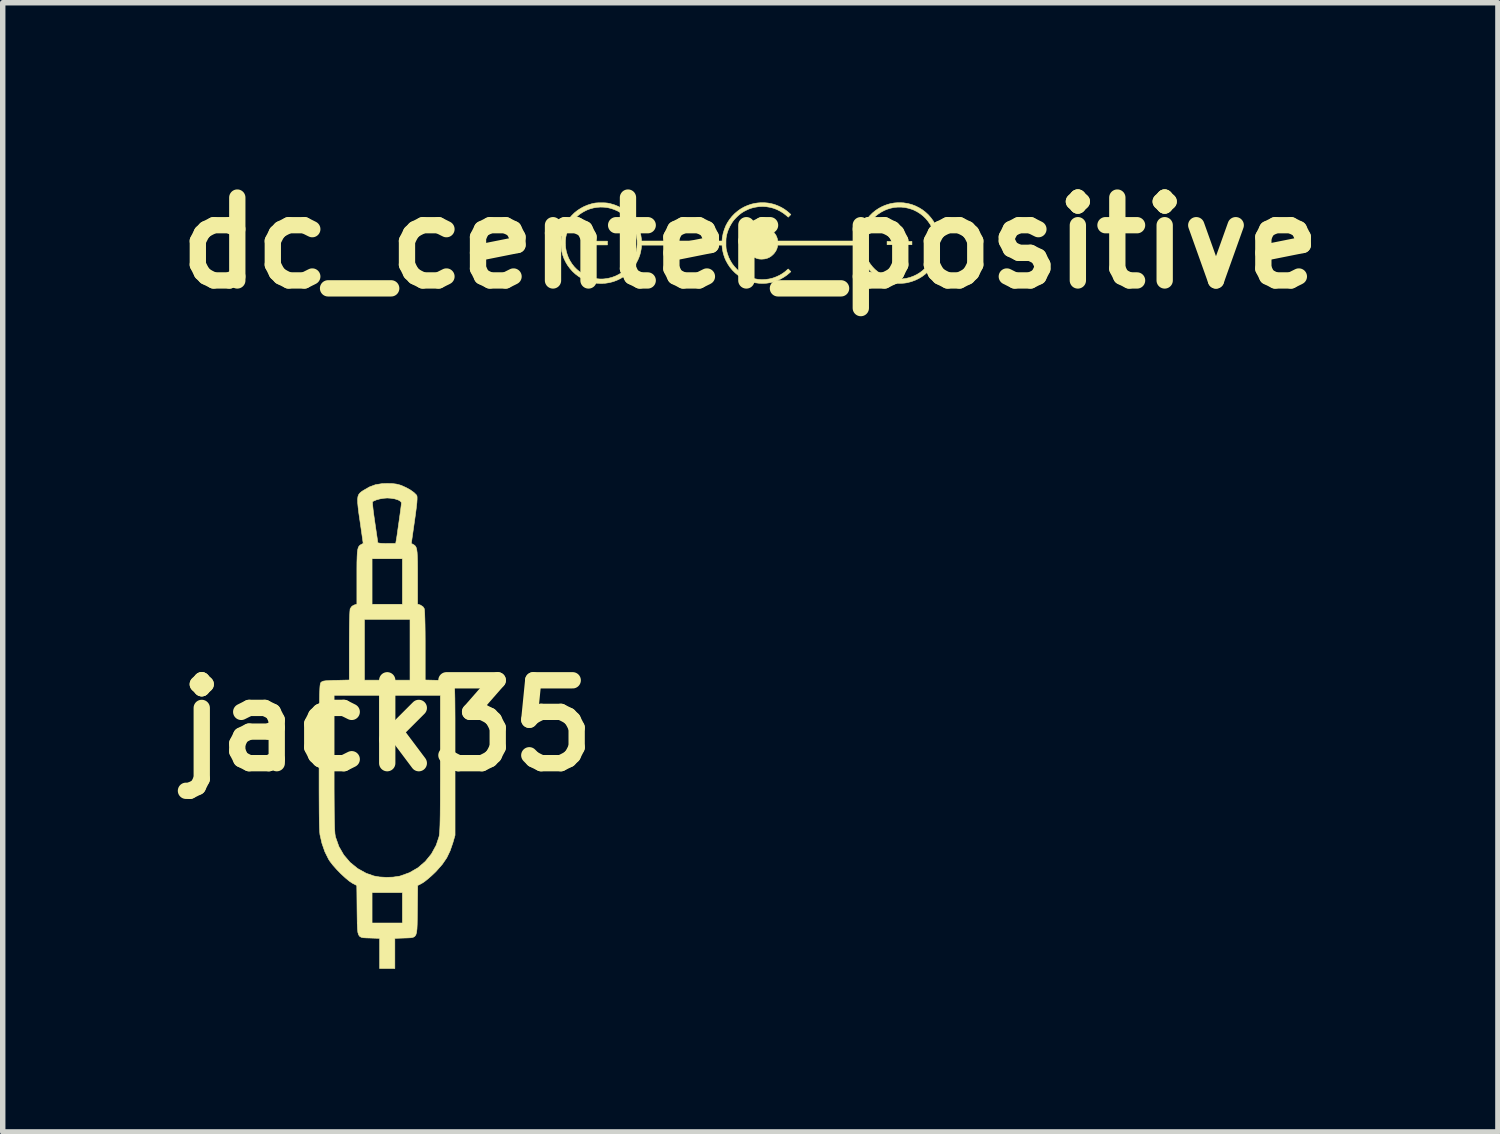
<source format=kicad_pcb>
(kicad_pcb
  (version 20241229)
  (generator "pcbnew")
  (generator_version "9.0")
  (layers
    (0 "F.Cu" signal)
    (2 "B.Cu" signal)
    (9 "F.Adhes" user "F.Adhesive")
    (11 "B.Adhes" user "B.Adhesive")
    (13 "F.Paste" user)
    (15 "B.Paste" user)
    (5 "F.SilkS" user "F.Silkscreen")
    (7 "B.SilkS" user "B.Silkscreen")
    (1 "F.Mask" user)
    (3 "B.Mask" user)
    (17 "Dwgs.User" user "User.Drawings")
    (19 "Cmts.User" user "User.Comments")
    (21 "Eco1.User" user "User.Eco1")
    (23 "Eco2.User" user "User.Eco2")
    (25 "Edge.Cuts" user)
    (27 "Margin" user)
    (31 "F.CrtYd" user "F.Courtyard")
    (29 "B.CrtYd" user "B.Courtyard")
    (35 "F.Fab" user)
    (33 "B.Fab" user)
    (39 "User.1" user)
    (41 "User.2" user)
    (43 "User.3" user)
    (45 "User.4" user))
  (footprint "dc_center_positive"
    (layer "F.Cu")
    (at 10.748 1.418)
    (property "Reference" "dc_center_positive" (at 0 0 0) (layer "F.SilkS") (effects (font (size 1.524 1.524) (thickness 0.3))))
    (attr through_hole)
    (fp_poly (pts (xy -2.627 0.036) (xy -2.856 0.036) (xy -2.856 -0.033) (xy -2.627 -0.033) (xy -2.627 0.036)) (stroke (width 0.01) (type solid)) (fill yes) (layer "F.SilkS"))
    (fp_poly (pts (xy 2.772 -0.029) (xy 2.972 -0.029) (xy 2.972 0.033) (xy 2.772 0.033) (xy 2.772 0.229) (xy 2.711 0.229) (xy 2.711 0.033) (xy 2.515 0.033) (xy 2.515 -0.029) (xy 2.711 -0.029) (xy 2.711 -0.225) (xy 2.772 -0.225) (xy 2.772 -0.029)) (stroke (width 0.01) (type solid)) (fill yes) (layer "F.SilkS"))
    (fp_poly (pts (xy 2.788 -0.739) (xy 2.815 -0.738) (xy 2.83 -0.736) (xy 2.903 -0.724) (xy 2.973 -0.705) (xy 3.04 -0.679) (xy 3.104 -0.647) (xy 3.164 -0.61) (xy 3.221 -0.566) (xy 3.273 -0.518) (xy 3.32 -0.464) (xy 3.363 -0.406) (xy 3.4 -0.343) (xy 3.409 -0.325) (xy 3.436 -0.263) (xy 3.457 -0.202) (xy 3.471 -0.139) (xy 3.48 -0.074) (xy 3.483 -0.005) (xy 3.483 0.003) (xy 3.48 0.076) (xy 3.47 0.148) (xy 3.452 0.218) (xy 3.428 0.286) (xy 3.397 0.351) (xy 3.361 0.411) (xy 3.317 0.471) (xy 3.268 0.526) (xy 3.214 0.575) (xy 3.157 0.618) (xy 3.095 0.655) (xy 3.029 0.686) (xy 2.96 0.711) (xy 2.887 0.73) (xy 2.87 0.733) (xy 2.85 0.736) (xy 2.825 0.739) (xy 2.796 0.741) (xy 2.766 0.742) (xy 2.735 0.743) (xy 2.706 0.742) (xy 2.681 0.742) (xy 2.66 0.74) (xy 2.66 0.74) (xy 2.586 0.727) (xy 2.515 0.708) (xy 2.447 0.682) (xy 2.383 0.65) (xy 2.321 0.612) (xy 2.264 0.568) (xy 2.211 0.519) (xy 2.163 0.464) (xy 2.124 0.412) (xy 2.108 0.385) (xy 2.091 0.355) (xy 2.074 0.322) (xy 2.059 0.29) (xy 2.047 0.26) (xy 2.043 0.249) (xy 2.034 0.22) (xy 2.025 0.188) (xy 2.017 0.156) (xy 2.011 0.124) (xy 2.006 0.094) (xy 2.004 0.069) (xy 2.003 0.055) (xy 2.003 0.04) (xy 0.506 0.04) (xy 0.501 0.062) (xy 0.489 0.105) (xy 0.47 0.146) (xy 0.444 0.184) (xy 0.421 0.21) (xy 0.386 0.241) (xy 0.349 0.265) (xy 0.309 0.282) (xy 0.266 0.293) (xy 0.219 0.297) (xy 0.21 0.298) (xy 0.174 0.296) (xy 0.142 0.291) (xy 0.111 0.281) (xy 0.079 0.267) (xy 0.078 0.267) (xy 0.038 0.244) (xy 0.004 0.215) (xy -0.026 0.182) (xy -0.05 0.145) (xy -0.068 0.105) (xy -0.081 0.062) (xy -0.086 0.017) (xy -0.086 0.002) (xy 2.083 0.002) (xy 2.086 0.071) (xy 2.097 0.139) (xy 2.114 0.205) (xy 2.139 0.269) (xy 2.169 0.33) (xy 2.207 0.388) (xy 2.249 0.441) (xy 2.293 0.487) (xy 2.343 0.528) (xy 2.396 0.564) (xy 2.453 0.596) (xy 2.512 0.621) (xy 2.573 0.641) (xy 2.634 0.654) (xy 2.651 0.656) (xy 2.684 0.66) (xy 2.713 0.663) (xy 2.738 0.664) (xy 2.763 0.663) (xy 2.79 0.661) (xy 2.803 0.66) (xy 2.872 0.65) (xy 2.939 0.633) (xy 3.003 0.609) (xy 3.063 0.58) (xy 3.12 0.545) (xy 3.173 0.504) (xy 3.221 0.458) (xy 3.265 0.407) (xy 3.304 0.351) (xy 3.337 0.291) (xy 3.364 0.228) (xy 3.383 0.167) (xy 3.395 0.104) (xy 3.402 0.038) (xy 3.402 -0.027) (xy 3.397 -0.093) (xy 3.385 -0.156) (xy 3.384 -0.161) (xy 3.363 -0.226) (xy 3.337 -0.288) (xy 3.305 -0.347) (xy 3.266 -0.402) (xy 3.223 -0.453) (xy 3.175 -0.499) (xy 3.122 -0.54) (xy 3.065 -0.576) (xy 3.005 -0.606) (xy 2.975 -0.618) (xy 2.91 -0.638) (xy 2.844 -0.652) (xy 2.777 -0.659) (xy 2.71 -0.659) (xy 2.643 -0.653) (xy 2.578 -0.639) (xy 2.514 -0.619) (xy 2.464 -0.598) (xy 2.402 -0.565) (xy 2.344 -0.526) (xy 2.292 -0.483) (xy 2.245 -0.434) (xy 2.203 -0.38) (xy 2.166 -0.321) (xy 2.148 -0.285) (xy 2.122 -0.226) (xy 2.103 -0.166) (xy 2.091 -0.106) (xy 2.084 -0.043) (xy 2.083 0.002) (xy -0.086 0.002) (xy -0.086 -0.017) (xy -0.082 -0.05) (xy -0.076 -0.079) (xy -0.066 -0.108) (xy -0.06 -0.123) (xy -0.037 -0.163) (xy -0.009 -0.199) (xy 0.024 -0.23) (xy 0.061 -0.256) (xy 0.102 -0.275) (xy 0.113 -0.28) (xy 0.158 -0.291) (xy 0.203 -0.296) (xy 0.247 -0.294) (xy 0.29 -0.285) (xy 0.331 -0.271) (xy 0.369 -0.25) (xy 0.405 -0.223) (xy 0.436 -0.192) (xy 0.463 -0.154) (xy 0.467 -0.149) (xy 0.479 -0.126) (xy 0.49 -0.099) (xy 0.498 -0.074) (xy 0.503 -0.052) (xy 0.505 -0.036) (xy 2.003 -0.036) (xy 2.003 -0.054) (xy 2.004 -0.067) (xy 2.006 -0.085) (xy 2.009 -0.107) (xy 2.013 -0.13) (xy 2.017 -0.153) (xy 2.022 -0.174) (xy 2.025 -0.185) (xy 2.047 -0.255) (xy 2.075 -0.322) (xy 2.11 -0.385) (xy 2.15 -0.445) (xy 2.196 -0.5) (xy 2.246 -0.55) (xy 2.302 -0.596) (xy 2.362 -0.636) (xy 2.418 -0.666) (xy 2.47 -0.689) (xy 2.521 -0.707) (xy 2.572 -0.722) (xy 2.627 -0.732) (xy 2.642 -0.735) (xy 2.665 -0.737) (xy 2.694 -0.739) (xy 2.725 -0.74) (xy 2.757 -0.74) (xy 2.788 -0.739)) (stroke (width 0.01) (type solid)) (fill yes) (layer "F.SilkS"))
    (fp_poly (pts (xy 0.275 -0.739) (xy 0.327 -0.734) (xy 0.376 -0.725) (xy 0.426 -0.713) (xy 0.454 -0.704) (xy 0.513 -0.681) (xy 0.57 -0.654) (xy 0.624 -0.622) (xy 0.674 -0.586) (xy 0.719 -0.548) (xy 0.721 -0.546) (xy 0.746 -0.523) (xy 0.722 -0.499) (xy 0.698 -0.474) (xy 0.664 -0.504) (xy 0.609 -0.547) (xy 0.55 -0.584) (xy 0.489 -0.615) (xy 0.426 -0.639) (xy 0.36 -0.656) (xy 0.293 -0.667) (xy 0.225 -0.671) (xy 0.156 -0.668) (xy 0.087 -0.657) (xy 0.073 -0.654) (xy 0.033 -0.644) (xy -0.004 -0.633) (xy -0.041 -0.618) (xy -0.074 -0.602) (xy -0.121 -0.578) (xy -0.163 -0.551) (xy -0.203 -0.52) (xy -0.242 -0.485) (xy -0.266 -0.461) (xy -0.299 -0.425) (xy -0.327 -0.389) (xy -0.351 -0.35) (xy -0.375 -0.308) (xy -0.379 -0.299) (xy -0.397 -0.262) (xy -0.411 -0.227) (xy -0.423 -0.192) (xy -0.433 -0.155) (xy -0.438 -0.131) (xy -0.441 -0.115) (xy -0.444 -0.102) (xy -0.445 -0.089) (xy -0.447 -0.076) (xy -0.447 -0.06) (xy -0.448 -0.04) (xy -0.448 -0.015) (xy -0.448 0) (xy -0.448 0.029) (xy -0.448 0.051) (xy -0.447 0.07) (xy -0.446 0.085) (xy -0.445 0.098) (xy -0.443 0.112) (xy -0.44 0.126) (xy -0.44 0.127) (xy -0.422 0.195) (xy -0.399 0.261) (xy -0.369 0.323) (xy -0.334 0.381) (xy -0.293 0.434) (xy -0.247 0.484) (xy -0.197 0.528) (xy -0.142 0.568) (xy -0.083 0.601) (xy -0.02 0.629) (xy 0.007 0.639) (xy 0.074 0.657) (xy 0.142 0.669) (xy 0.211 0.674) (xy 0.279 0.671) (xy 0.347 0.662) (xy 0.413 0.646) (xy 0.478 0.622) (xy 0.537 0.595) (xy 0.566 0.578) (xy 0.592 0.562) (xy 0.618 0.544) (xy 0.644 0.524) (xy 0.672 0.499) (xy 0.697 0.478) (xy 0.721 0.502) (xy 0.746 0.527) (xy 0.722 0.549) (xy 0.672 0.591) (xy 0.616 0.629) (xy 0.557 0.663) (xy 0.494 0.691) (xy 0.431 0.714) (xy 0.372 0.729) (xy 0.3 0.74) (xy 0.229 0.744) (xy 0.158 0.741) (xy 0.089 0.732) (xy 0.021 0.716) (xy -0.045 0.694) (xy -0.108 0.667) (xy -0.168 0.633) (xy -0.225 0.594) (xy -0.279 0.55) (xy -0.328 0.501) (xy -0.373 0.447) (xy -0.412 0.389) (xy -0.447 0.326) (xy -0.469 0.277) (xy -0.483 0.237) (xy -0.496 0.194) (xy -0.506 0.151) (xy -0.514 0.109) (xy -0.518 0.073) (xy -0.52 0.04) (xy -1.999 0.04) (xy -2.001 0.061) (xy -2.008 0.117) (xy -2.018 0.167) (xy -2.03 0.215) (xy -2.046 0.261) (xy -2.066 0.308) (xy -2.076 0.328) (xy -2.109 0.389) (xy -2.147 0.446) (xy -2.192 0.5) (xy -2.215 0.525) (xy -2.269 0.574) (xy -2.327 0.617) (xy -2.389 0.655) (xy -2.454 0.686) (xy -2.521 0.711) (xy -2.591 0.729) (xy -2.661 0.74) (xy -2.684 0.742) (xy -2.713 0.743) (xy -2.743 0.743) (xy -2.774 0.743) (xy -2.803 0.742) (xy -2.827 0.74) (xy -2.828 0.74) (xy -2.852 0.736) (xy -2.881 0.731) (xy -2.91 0.724) (xy -2.939 0.717) (xy -2.964 0.71) (xy -2.965 0.71) (xy -3.034 0.684) (xy -3.099 0.652) (xy -3.16 0.614) (xy -3.218 0.57) (xy -3.27 0.522) (xy -3.318 0.467) (xy -3.361 0.409) (xy -3.397 0.348) (xy -3.427 0.285) (xy -3.451 0.219) (xy -3.468 0.151) (xy -3.479 0.082) (xy -3.482 0.022) (xy -3.401 0.022) (xy -3.396 0.086) (xy -3.385 0.15) (xy -3.367 0.212) (xy -3.344 0.273) (xy -3.314 0.331) (xy -3.279 0.386) (xy -3.237 0.439) (xy -3.19 0.487) (xy -3.187 0.489) (xy -3.135 0.532) (xy -3.079 0.57) (xy -3.02 0.601) (xy -2.958 0.626) (xy -2.894 0.645) (xy -2.829 0.657) (xy -2.763 0.663) (xy -2.697 0.662) (xy -2.681 0.66) (xy -2.612 0.65) (xy -2.545 0.633) (xy -2.48 0.609) (xy -2.419 0.579) (xy -2.361 0.543) (xy -2.359 0.541) (xy -2.339 0.527) (xy -2.317 0.508) (xy -2.294 0.486) (xy -2.27 0.463) (xy -2.248 0.44) (xy -2.229 0.419) (xy -2.214 0.4) (xy -2.213 0.399) (xy -2.174 0.341) (xy -2.142 0.28) (xy -2.117 0.217) (xy -2.098 0.153) (xy -2.086 0.088) (xy -2.081 0.022) (xy -2.082 -0.044) (xy -2.09 -0.11) (xy -2.104 -0.175) (xy -2.125 -0.238) (xy -2.153 -0.3) (xy -2.188 -0.36) (xy -2.195 -0.37) (xy -2.236 -0.425) (xy -2.281 -0.474) (xy -2.331 -0.517) (xy -2.384 -0.555) (xy -2.441 -0.588) (xy -2.5 -0.614) (xy -2.562 -0.635) (xy -2.625 -0.65) (xy -2.69 -0.658) (xy -2.755 -0.66) (xy -2.821 -0.655) (xy -2.886 -0.644) (xy -2.951 -0.626) (xy -2.999 -0.608) (xy -3.036 -0.59) (xy -3.075 -0.569) (xy -3.112 -0.546) (xy -3.137 -0.529) (xy -3.157 -0.513) (xy -3.179 -0.493) (xy -3.202 -0.471) (xy -3.225 -0.448) (xy -3.245 -0.426) (xy -3.26 -0.408) (xy -3.3 -0.352) (xy -3.332 -0.294) (xy -3.359 -0.233) (xy -3.379 -0.171) (xy -3.393 -0.107) (xy -3.4 -0.043) (xy -3.401 0.022) (xy -3.482 0.022) (xy -3.483 0.012) (xy -3.48 -0.058) (xy -3.471 -0.128) (xy -3.456 -0.198) (xy -3.433 -0.266) (xy -3.407 -0.325) (xy -3.373 -0.388) (xy -3.332 -0.448) (xy -3.286 -0.502) (xy -3.236 -0.552) (xy -3.18 -0.597) (xy -3.12 -0.636) (xy -3.057 -0.67) (xy -2.989 -0.698) (xy -2.919 -0.72) (xy -2.874 -0.73) (xy -2.859 -0.733) (xy -2.846 -0.735) (xy -2.832 -0.736) (xy -2.817 -0.737) (xy -2.799 -0.738) (xy -2.776 -0.738) (xy -2.747 -0.738) (xy -2.743 -0.738) (xy -2.711 -0.738) (xy -2.684 -0.738) (xy -2.662 -0.737) (xy -2.642 -0.735) (xy -2.623 -0.733) (xy -2.604 -0.729) (xy -2.583 -0.725) (xy -2.564 -0.72) (xy -2.494 -0.699) (xy -2.428 -0.672) (xy -2.365 -0.638) (xy -2.306 -0.599) (xy -2.25 -0.555) (xy -2.199 -0.505) (xy -2.153 -0.451) (xy -2.112 -0.392) (xy -2.077 -0.33) (xy -2.048 -0.264) (xy -2.045 -0.258) (xy -2.027 -0.202) (xy -2.013 -0.141) (xy -2.003 -0.074) (xy -2.001 -0.057) (xy -1.999 -0.036) (xy -0.519 -0.036) (xy -0.519 -0.053) (xy -0.518 -0.064) (xy -0.517 -0.079) (xy -0.515 -0.097) (xy -0.513 -0.108) (xy -0.499 -0.179) (xy -0.478 -0.247) (xy -0.452 -0.313) (xy -0.419 -0.375) (xy -0.38 -0.434) (xy -0.337 -0.488) (xy -0.288 -0.539) (xy -0.235 -0.584) (xy -0.178 -0.625) (xy -0.117 -0.66) (xy -0.052 -0.689) (xy 0.015 -0.712) (xy 0.038 -0.718) (xy 0.089 -0.729) (xy 0.138 -0.736) (xy 0.19 -0.74) (xy 0.218 -0.74) (xy 0.275 -0.739)) (stroke (width 0.01) (type solid)) (fill yes) (layer "F.SilkS")))
  (footprint "jack35"
    (layer "F.Cu")
    (at 4.071 10.295)
    (property "Reference" "jack35" (at 0 0 0) (layer "F.SilkS") (effects (font (size 1.524 1.524) (thickness 0.3))))
    (attr through_hole)
    (fp_poly (pts (xy 0.096 -4.452) (xy 0.169 -4.443) (xy 0.232 -4.427) (xy 0.264 -4.416) (xy 0.348 -4.378) (xy 0.427 -4.334) (xy 0.491 -4.288) (xy 0.534 -4.246) (xy 0.545 -4.229) (xy 0.549 -4.206) (xy 0.549 -4.164) (xy 0.545 -4.099) (xy 0.535 -4.01) (xy 0.52 -3.892) (xy 0.503 -3.771) (xy 0.443 -3.352) (xy 0.481 -3.331) (xy 0.502 -3.318) (xy 0.52 -3.3) (xy 0.533 -3.274) (xy 0.543 -3.236) (xy 0.55 -3.183) (xy 0.554 -3.11) (xy 0.557 -3.013) (xy 0.558 -2.89) (xy 0.558 -2.736) (xy 0.558 -2.236) (xy 0.611 -2.218) (xy 0.657 -2.188) (xy 0.68 -2.154) (xy 0.685 -2.125) (xy 0.689 -2.064) (xy 0.692 -1.974) (xy 0.695 -1.858) (xy 0.697 -1.72) (xy 0.698 -1.563) (xy 0.698 -1.474) (xy 0.698 -0.84) (xy 0.941 -0.834) (xy 1.042 -0.831) (xy 1.113 -0.827) (xy 1.161 -0.822) (xy 1.192 -0.813) (xy 1.212 -0.802) (xy 1.216 -0.797) (xy 1.222 -0.79) (xy 1.227 -0.779) (xy 1.231 -0.762) (xy 1.235 -0.737) (xy 1.238 -0.701) (xy 1.24 -0.652) (xy 1.242 -0.587) (xy 1.244 -0.506) (xy 1.245 -0.404) (xy 1.246 -0.28) (xy 1.247 -0.132) (xy 1.247 0.044) (xy 1.247 0.248) (xy 1.247 0.483) (xy 1.247 0.624) (xy 1.247 2.015) (xy 1.207 2.154) (xy 1.156 2.302) (xy 1.094 2.431) (xy 1.013 2.549) (xy 0.908 2.669) (xy 0.882 2.696) (xy 0.813 2.761) (xy 0.745 2.82) (xy 0.685 2.868) (xy 0.642 2.896) (xy 0.56 2.939) (xy 0.555 3.388) (xy 0.553 3.534) (xy 0.551 3.65) (xy 0.547 3.738) (xy 0.539 3.803) (xy 0.526 3.847) (xy 0.505 3.876) (xy 0.475 3.892) (xy 0.434 3.9) (xy 0.381 3.903) (xy 0.313 3.905) (xy 0.14 3.911) (xy 0.14 4.466) (xy -0.14 4.466) (xy -0.14 3.911) (xy -0.313 3.905) (xy -0.381 3.903) (xy -0.435 3.9) (xy -0.475 3.892) (xy -0.505 3.876) (xy -0.526 3.847) (xy -0.54 3.802) (xy -0.547 3.737) (xy -0.551 3.649) (xy -0.553 3.533) (xy -0.555 3.388) (xy -0.558 3.07) (xy -0.279 3.07) (xy -0.279 3.629) (xy 0.279 3.629) (xy 0.279 3.07) (xy -0.279 3.07) (xy -0.558 3.07) (xy -0.56 2.939) (xy -0.642 2.896) (xy -0.7 2.857) (xy -0.772 2.797) (xy -0.851 2.724) (xy -0.929 2.644) (xy -1 2.564) (xy -1.056 2.491) (xy -1.078 2.457) (xy -1.147 2.318) (xy -1.201 2.162) (xy -1.237 2.004) (xy -1.238 1.997) (xy -1.242 1.951) (xy -1.246 1.869) (xy -1.249 1.753) (xy -1.251 1.603) (xy -1.252 1.418) (xy -1.253 1.199) (xy -1.253 0.946) (xy -1.253 0.658) (xy -1.252 0.554) (xy -1.251 0.308) (xy -1.25 0.094) (xy -1.249 -0.09) (xy -1.248 -0.246) (xy -1.247 -0.377) (xy -1.245 -0.485) (xy -1.244 -0.558) (xy -0.977 -0.558) (xy -0.977 0.694) (xy -0.977 0.94) (xy -0.977 1.153) (xy -0.976 1.336) (xy -0.975 1.491) (xy -0.974 1.622) (xy -0.972 1.73) (xy -0.97 1.819) (xy -0.968 1.889) (xy -0.964 1.945) (xy -0.961 1.988) (xy -0.956 2.021) (xy -0.951 2.047) (xy -0.95 2.05) (xy -0.889 2.222) (xy -0.799 2.378) (xy -0.683 2.514) (xy -0.544 2.627) (xy -0.387 2.714) (xy -0.244 2.764) (xy -0.14 2.782) (xy -0.018 2.789) (xy 0.106 2.785) (xy 0.217 2.769) (xy 0.236 2.765) (xy 0.409 2.703) (xy 0.565 2.613) (xy 0.7 2.497) (xy 0.813 2.358) (xy 0.9 2.199) (xy 0.95 2.05) (xy 0.956 2.026) (xy 0.96 1.994) (xy 0.964 1.953) (xy 0.967 1.899) (xy 0.97 1.831) (xy 0.972 1.746) (xy 0.974 1.641) (xy 0.975 1.514) (xy 0.976 1.362) (xy 0.976 1.184) (xy 0.977 0.976) (xy 0.977 0.736) (xy 0.977 0.694) (xy 0.977 -0.558) (xy -0.977 -0.558) (xy -1.244 -0.558) (xy -1.244 -0.571) (xy -1.241 -0.64) (xy -1.239 -0.692) (xy -1.236 -0.731) (xy -1.232 -0.759) (xy -1.228 -0.777) (xy -1.223 -0.789) (xy -1.217 -0.797) (xy -1.216 -0.797) (xy -1.199 -0.81) (xy -1.172 -0.82) (xy -1.129 -0.826) (xy -1.065 -0.83) (xy -0.974 -0.834) (xy -0.941 -0.834) (xy -0.698 -0.84) (xy -0.698 -1.474) (xy -0.697 -1.64) (xy -0.696 -1.789) (xy -0.694 -1.916) (xy -0.693 -1.954) (xy -0.419 -1.954) (xy -0.419 -0.837) (xy 0.419 -0.837) (xy 0.419 -1.954) (xy -0.419 -1.954) (xy -0.693 -1.954) (xy -0.691 -2.02) (xy -0.687 -2.097) (xy -0.683 -2.143) (xy -0.68 -2.154) (xy -0.649 -2.196) (xy -0.611 -2.218) (xy -0.558 -2.236) (xy -0.558 -2.731) (xy -0.558 -2.886) (xy -0.557 -3.011) (xy -0.555 -3.07) (xy -0.279 -3.07) (xy -0.279 -2.233) (xy 0.279 -2.233) (xy 0.279 -3.07) (xy -0.279 -3.07) (xy -0.555 -3.07) (xy -0.554 -3.108) (xy -0.55 -3.181) (xy -0.543 -3.235) (xy -0.533 -3.273) (xy -0.52 -3.299) (xy -0.503 -3.317) (xy -0.482 -3.331) (xy -0.481 -3.331) (xy -0.442 -3.352) (xy -0.5 -3.756) (xy -0.521 -3.898) (xy -0.535 -4.01) (xy -0.543 -4.094) (xy -0.272 -4.094) (xy -0.267 -4.044) (xy -0.259 -3.97) (xy -0.247 -3.877) (xy -0.232 -3.772) (xy -0.228 -3.743) (xy -0.212 -3.634) (xy -0.198 -3.538) (xy -0.186 -3.458) (xy -0.178 -3.4) (xy -0.175 -3.37) (xy -0.174 -3.367) (xy -0.158 -3.359) (xy -0.11 -3.353) (xy -0.037 -3.35) (xy -0.01 -3.349) (xy 0.155 -3.349) (xy 0.165 -3.406) (xy 0.174 -3.457) (xy 0.185 -3.53) (xy 0.197 -3.618) (xy 0.211 -3.715) (xy 0.225 -3.813) (xy 0.238 -3.907) (xy 0.249 -3.989) (xy 0.257 -4.053) (xy 0.261 -4.092) (xy 0.262 -4.1) (xy 0.245 -4.126) (xy 0.202 -4.151) (xy 0.139 -4.171) (xy 0.063 -4.183) (xy 0 -4.187) (xy -0.066 -4.182) (xy -0.136 -4.17) (xy -0.201 -4.152) (xy -0.25 -4.132) (xy -0.271 -4.116) (xy -0.272 -4.094) (xy -0.543 -4.094) (xy -0.543 -4.097) (xy -0.545 -4.162) (xy -0.539 -4.211) (xy -0.526 -4.248) (xy -0.504 -4.277) (xy -0.475 -4.302) (xy -0.441 -4.325) (xy -0.328 -4.39) (xy -0.218 -4.431) (xy -0.097 -4.451) (xy 0 -4.454) (xy 0.096 -4.452)) (stroke (width 0.01) (type solid)) (fill yes) (layer "F.SilkS")))
  (gr_rect
    (start -3 -3)
    (end 24.496 17.766)
    (stroke (width 0.1) (type default))
    (fill no)
    (layer "Edge.Cuts")))
</source>
